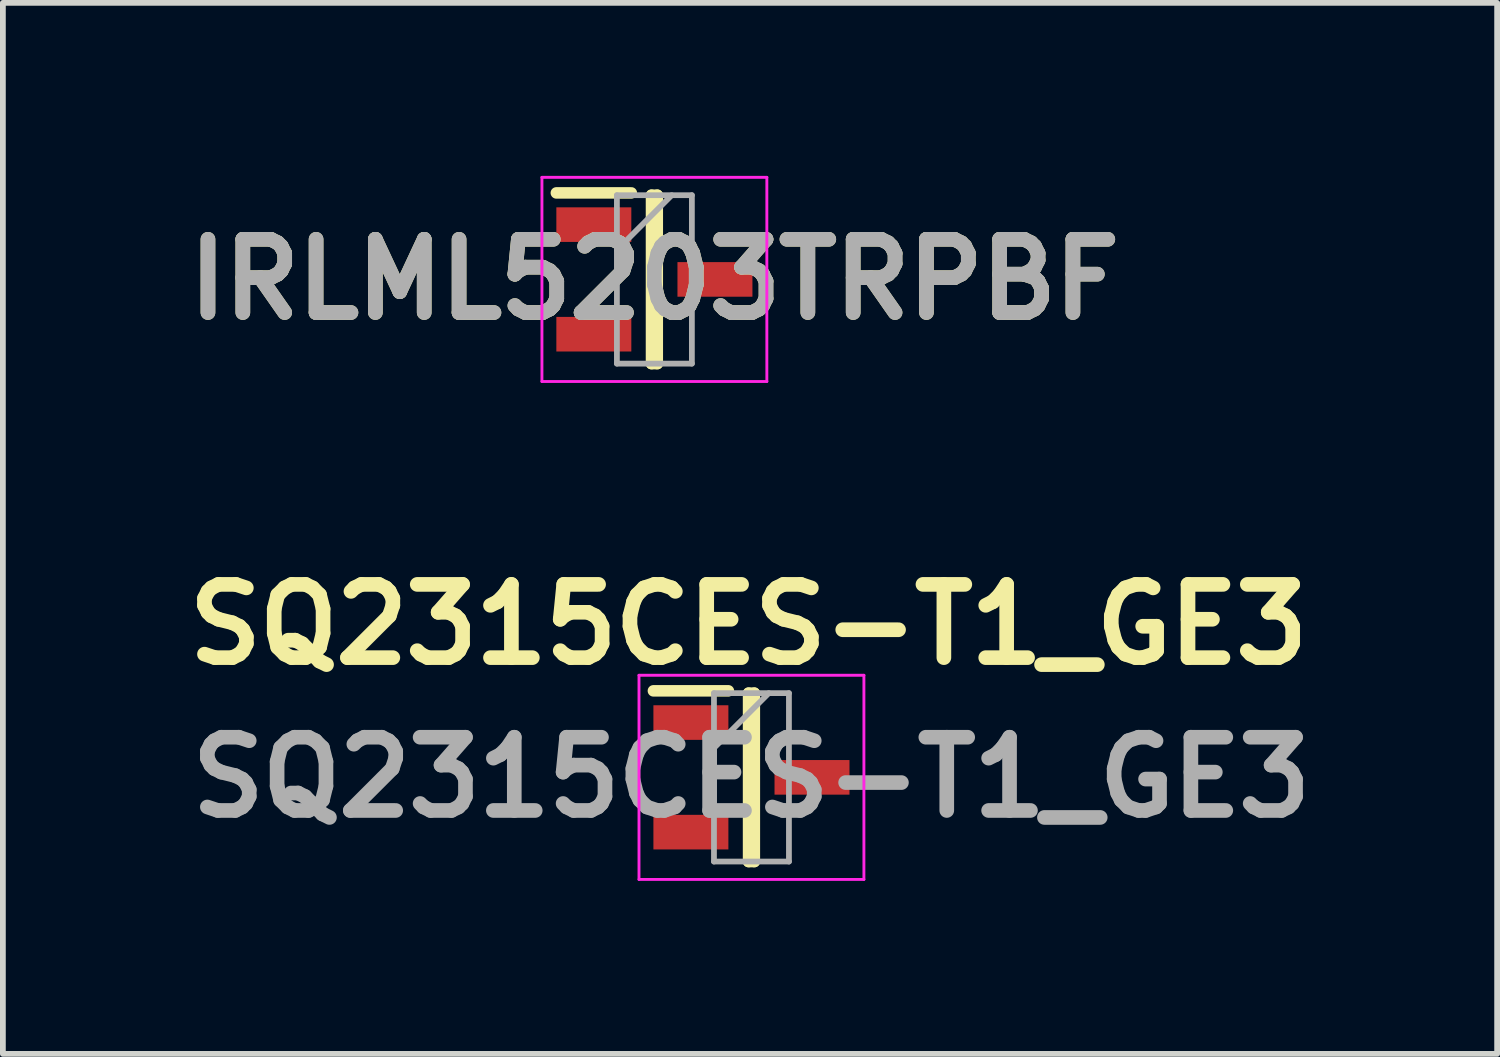
<source format=kicad_pcb>
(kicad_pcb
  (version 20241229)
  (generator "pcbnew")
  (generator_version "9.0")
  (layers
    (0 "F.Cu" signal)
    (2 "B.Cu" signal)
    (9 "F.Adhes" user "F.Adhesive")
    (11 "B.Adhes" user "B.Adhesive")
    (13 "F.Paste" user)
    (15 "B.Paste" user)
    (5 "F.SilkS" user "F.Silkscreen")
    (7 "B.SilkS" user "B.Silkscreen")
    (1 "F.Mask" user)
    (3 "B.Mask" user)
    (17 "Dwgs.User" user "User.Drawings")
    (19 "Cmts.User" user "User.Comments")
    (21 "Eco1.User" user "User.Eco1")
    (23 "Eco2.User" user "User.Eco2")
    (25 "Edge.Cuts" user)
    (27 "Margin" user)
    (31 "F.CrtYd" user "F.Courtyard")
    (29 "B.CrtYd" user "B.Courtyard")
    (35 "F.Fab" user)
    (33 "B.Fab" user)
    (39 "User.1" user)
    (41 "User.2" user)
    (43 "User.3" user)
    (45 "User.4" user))
  (footprint "SQ2315CES-T1_GE3"
    (layer "F.Cu")
    (at 9.98 10.429)
    (property "Reference" "SQ2315CES-T1_GE3" (at -0.05 -2.65 0) (layer "F.SilkS") (effects (font (size 1.27 1.27) (thickness 0.254))))
    (attr smd)
    (fp_line (start -1.7 -1.5) (end -0.4 -1.5) (stroke (width 0.2) (type solid)) (layer "F.SilkS"))
    (fp_line (start -0.05 -1.46) (end 0.05 -1.46) (stroke (width 0.2) (type solid)) (layer "F.SilkS"))
    (fp_line (start -0.05 1.46) (end -0.05 -1.46) (stroke (width 0.2) (type solid)) (layer "F.SilkS"))
    (fp_line (start 0.05 -1.46) (end 0.05 1.46) (stroke (width 0.2) (type solid)) (layer "F.SilkS"))
    (fp_line (start 0.05 1.46) (end -0.05 1.46) (stroke (width 0.2) (type solid)) (layer "F.SilkS"))
    (fp_line (start -1.95 -1.77) (end 1.95 -1.77) (stroke (width 0.05) (type solid)) (layer "F.CrtYd"))
    (fp_line (start -1.95 1.77) (end -1.95 -1.77) (stroke (width 0.05) (type solid)) (layer "F.CrtYd"))
    (fp_line (start 1.95 -1.77) (end 1.95 1.77) (stroke (width 0.05) (type solid)) (layer "F.CrtYd"))
    (fp_line (start 1.95 1.77) (end -1.95 1.77) (stroke (width 0.05) (type solid)) (layer "F.CrtYd"))
    (fp_line (start -0.65 -1.46) (end 0.65 -1.46) (stroke (width 0.1) (type solid)) (layer "F.Fab"))
    (fp_line (start -0.65 -0.51) (end 0.3 -1.46) (stroke (width 0.1) (type solid)) (layer "F.Fab"))
    (fp_line (start -0.65 1.46) (end -0.65 -1.46) (stroke (width 0.1) (type solid)) (layer "F.Fab"))
    (fp_line (start 0.65 -1.46) (end 0.65 1.46) (stroke (width 0.1) (type solid)) (layer "F.Fab"))
    (fp_line (start 0.65 1.46) (end -0.65 1.46) (stroke (width 0.1) (type solid)) (layer "F.Fab"))
    (fp_text user "${REFERENCE}" (at 0 0 0) (layer "F.Fab") (effects (font (size 1.27 1.27) (thickness 0.254))))
    (pad "1" smd rect (at -1.05 -0.95 90) (size 0.6 1.3) (layers "F.Cu" "F.Mask" "F.Paste"))
    (pad "2" smd rect (at -1.05 0.95 90) (size 0.6 1.3) (layers "F.Cu" "F.Mask" "F.Paste"))
    (pad "3" smd rect (at 1.05 0 90) (size 0.6 1.3) (layers "F.Cu" "F.Mask" "F.Paste")))
  (footprint "IRLML5203TRPBF"
    (layer "F.Cu")
    (at 8.297 1.795)
    (property "Reference" "IRLML5203TRPBF" (at 0 0 0) (layer "F.SilkS") (effects (font (size 1.27 1.27) (thickness 0.254))))
    (attr smd)
    (fp_line (start -1.7 -1.5) (end -0.4 -1.5) (stroke (width 0.2) (type solid)) (layer "F.SilkS"))
    (fp_line (start -0.05 -1.46) (end 0.05 -1.46) (stroke (width 0.2) (type solid)) (layer "F.SilkS"))
    (fp_line (start -0.05 1.46) (end -0.05 -1.46) (stroke (width 0.2) (type solid)) (layer "F.SilkS"))
    (fp_line (start 0.05 -1.46) (end 0.05 1.46) (stroke (width 0.2) (type solid)) (layer "F.SilkS"))
    (fp_line (start 0.05 1.46) (end -0.05 1.46) (stroke (width 0.2) (type solid)) (layer "F.SilkS"))
    (fp_line (start -1.95 -1.77) (end 1.95 -1.77) (stroke (width 0.05) (type solid)) (layer "F.CrtYd"))
    (fp_line (start -1.95 1.77) (end -1.95 -1.77) (stroke (width 0.05) (type solid)) (layer "F.CrtYd"))
    (fp_line (start 1.95 -1.77) (end 1.95 1.77) (stroke (width 0.05) (type solid)) (layer "F.CrtYd"))
    (fp_line (start 1.95 1.77) (end -1.95 1.77) (stroke (width 0.05) (type solid)) (layer "F.CrtYd"))
    (fp_line (start -0.65 -1.46) (end 0.65 -1.46) (stroke (width 0.1) (type solid)) (layer "F.Fab"))
    (fp_line (start -0.65 -0.51) (end 0.3 -1.46) (stroke (width 0.1) (type solid)) (layer "F.Fab"))
    (fp_line (start -0.65 1.46) (end -0.65 -1.46) (stroke (width 0.1) (type solid)) (layer "F.Fab"))
    (fp_line (start 0.65 -1.46) (end 0.65 1.46) (stroke (width 0.1) (type solid)) (layer "F.Fab"))
    (fp_line (start 0.65 1.46) (end -0.65 1.46) (stroke (width 0.1) (type solid)) (layer "F.Fab"))
    (fp_text user "${REFERENCE}" (at 0 0 0) (layer "F.Fab") (effects (font (size 1.27 1.27) (thickness 0.254))))
    (pad "1" smd rect (at -1.05 -0.95 90) (size 0.6 1.3) (layers "F.Cu" "F.Mask" "F.Paste"))
    (pad "2" smd rect (at -1.05 0.95 90) (size 0.6 1.3) (layers "F.Cu" "F.Mask" "F.Paste"))
    (pad "3" smd rect (at 1.05 0 90) (size 0.6 1.3) (layers "F.Cu" "F.Mask" "F.Paste")))
  (gr_rect
    (start -3 -3)
    (end 22.91 15.224)
    (stroke (width 0.1) (type default))
    (fill no)
    (layer "Edge.Cuts")))
</source>
